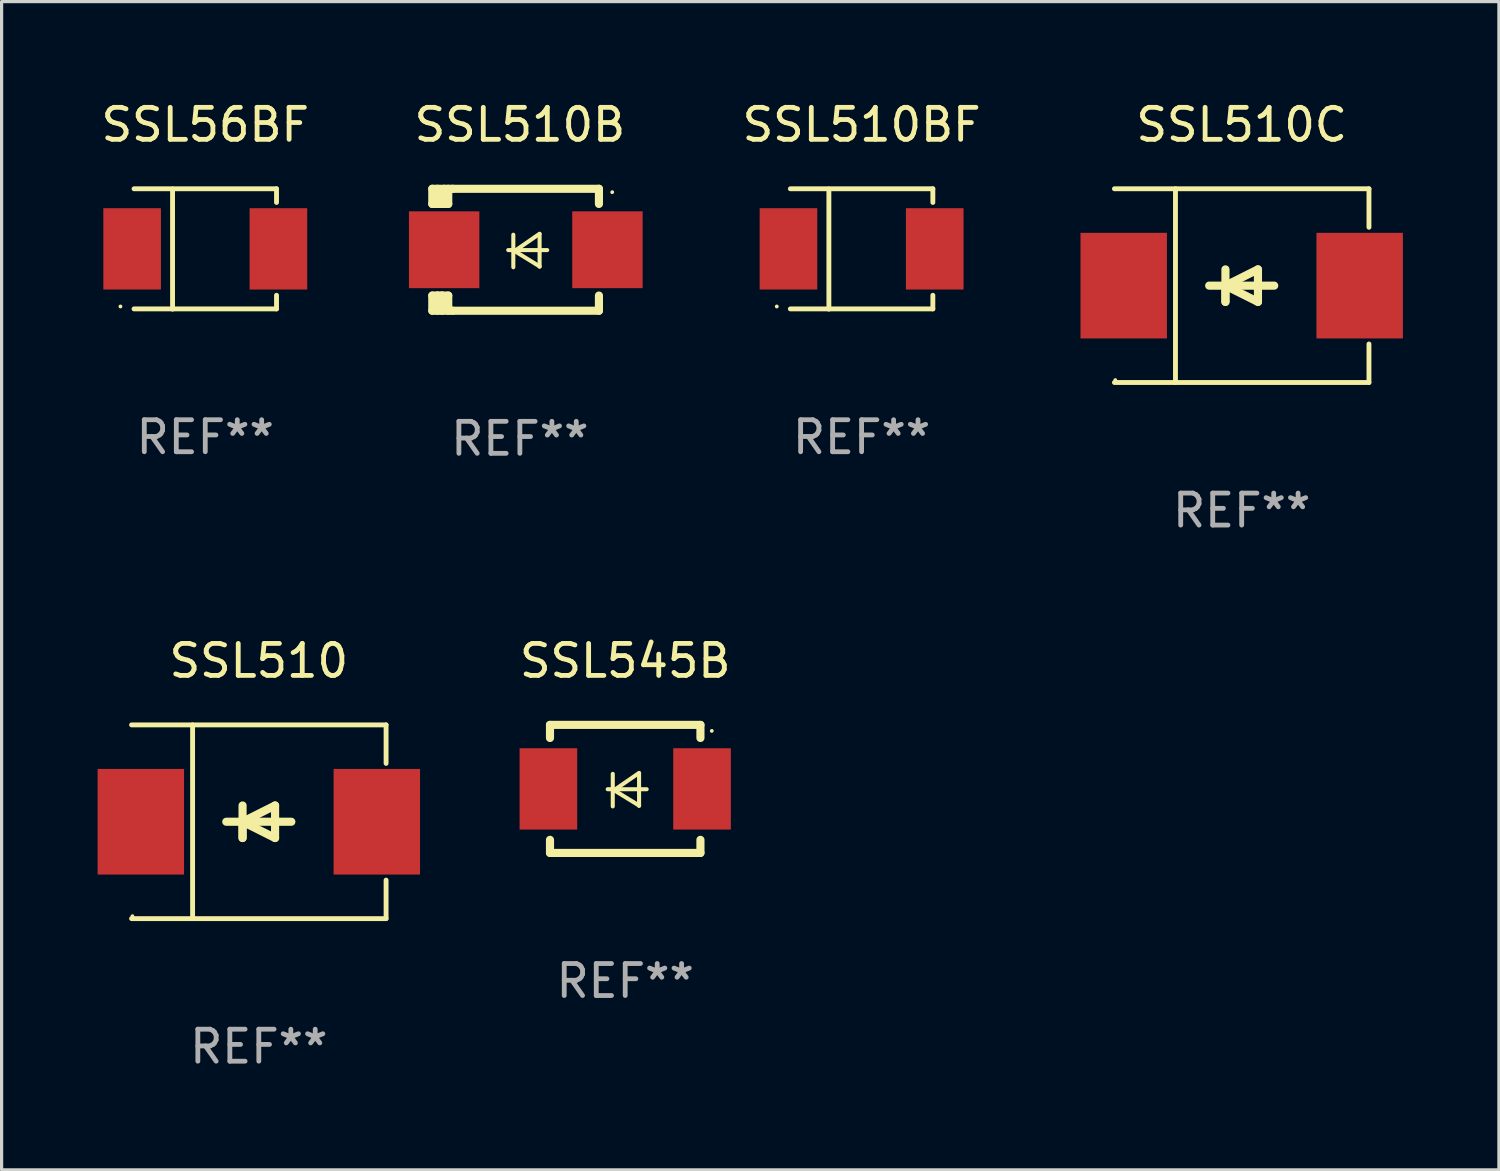
<source format=kicad_pcb>
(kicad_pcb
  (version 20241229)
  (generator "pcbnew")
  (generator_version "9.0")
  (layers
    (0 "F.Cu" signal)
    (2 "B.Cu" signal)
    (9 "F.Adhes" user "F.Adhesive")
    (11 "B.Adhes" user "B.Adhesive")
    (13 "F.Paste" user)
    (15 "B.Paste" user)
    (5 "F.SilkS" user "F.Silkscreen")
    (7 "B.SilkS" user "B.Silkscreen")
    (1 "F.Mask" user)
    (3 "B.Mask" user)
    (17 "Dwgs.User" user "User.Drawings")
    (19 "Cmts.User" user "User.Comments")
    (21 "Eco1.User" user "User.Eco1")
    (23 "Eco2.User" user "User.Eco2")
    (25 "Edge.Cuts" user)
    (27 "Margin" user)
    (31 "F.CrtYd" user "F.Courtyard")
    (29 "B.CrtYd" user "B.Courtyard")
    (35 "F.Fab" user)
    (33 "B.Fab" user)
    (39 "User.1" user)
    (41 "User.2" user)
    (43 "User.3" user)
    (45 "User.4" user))
  (footprint "SSL510BF"
    (layer "F.Cu")
    (at 23.868 4.728)
    (property "Reference" "SSL510BF" (at 0 -3.88 0) (layer "F.SilkS") (effects (font (size 1 1) (thickness 0.15))))
    (attr through_hole)
    (fp_line (start -2.226 -1.88) (end 2.226 -1.88) (stroke (width 0.152) (type solid)) (layer "F.SilkS"))
    (fp_line (start -2.226 1.873) (end 2.226 1.873) (stroke (width 0.152) (type solid)) (layer "F.SilkS"))
    (fp_line (start -1.022 -1.873) (end -1.022 1.88) (stroke (width 0.152) (type solid)) (layer "F.SilkS"))
    (fp_line (start 2.226 -1.88) (end 2.226 -1.453) (stroke (width 0.152) (type solid)) (layer "F.SilkS"))
    (fp_line (start 2.226 1.447) (end 2.226 1.873) (stroke (width 0.152) (type solid)) (layer "F.SilkS"))
    (fp_circle (center -2.65 1.797) (end -2.62 1.797) (stroke (width 0.06) (type solid)) (fill no) (layer "F.SilkS"))
    (fp_text user "REF**" (at 0 5.88 0) (layer "F.Fab") (effects (font (size 1 1) (thickness 0.15))))
    (pad "1" smd rect (at -2.285 -0.003) (size 1.8 2.54) (layers "F.Cu" "F.Mask" "F.Paste"))
    (pad "2" smd rect (at 2.285 -0.003) (size 1.8 2.54) (layers "F.Cu" "F.Mask" "F.Paste")))
  (footprint "SSL56BF"
    (layer "F.Cu")
    (at 3.363 4.728)
    (property "Reference" "SSL56BF" (at 0 -3.88 0) (layer "F.SilkS") (effects (font (size 1 1) (thickness 0.15))))
    (attr through_hole)
    (fp_line (start -2.226 -1.88) (end 2.226 -1.88) (stroke (width 0.152) (type solid)) (layer "F.SilkS"))
    (fp_line (start -2.226 1.873) (end 2.226 1.873) (stroke (width 0.152) (type solid)) (layer "F.SilkS"))
    (fp_line (start -1.022 -1.873) (end -1.022 1.88) (stroke (width 0.152) (type solid)) (layer "F.SilkS"))
    (fp_line (start 2.226 -1.88) (end 2.226 -1.453) (stroke (width 0.152) (type solid)) (layer "F.SilkS"))
    (fp_line (start 2.226 1.447) (end 2.226 1.873) (stroke (width 0.152) (type solid)) (layer "F.SilkS"))
    (fp_circle (center -2.65 1.797) (end -2.62 1.797) (stroke (width 0.06) (type solid)) (fill no) (layer "F.SilkS"))
    (fp_text user "REF**" (at 0 5.88 0) (layer "F.Fab") (effects (font (size 1 1) (thickness 0.15))))
    (pad "1" smd rect (at -2.285 -0.003) (size 1.8 2.54) (layers "F.Cu" "F.Mask" "F.Paste"))
    (pad "2" smd rect (at 2.285 -0.003) (size 1.8 2.54) (layers "F.Cu" "F.Mask" "F.Paste")))
  (footprint "SSL510B"
    (layer "F.Cu")
    (at 13.192 4.753)
    (property "Reference" "SSL510B" (at 0 -3.905 0) (layer "F.SilkS") (effects (font (size 1 1) (thickness 0.15))))
    (attr through_hole)
    (fp_line (start -2.736 -1.905) (end -2.736 -1.431) (stroke (width 0.254) (type solid)) (layer "F.SilkS"))
    (fp_line (start -2.736 -1.431) (end -2.432 -1.431) (stroke (width 0.254) (type solid)) (layer "F.SilkS"))
    (fp_line (start -2.736 1.431) (end -2.736 1.905) (stroke (width 0.254) (type solid)) (layer "F.SilkS"))
    (fp_line (start -2.736 1.431) (end -2.572 1.431) (stroke (width 0.254) (type solid)) (layer "F.SilkS"))
    (fp_line (start -2.736 1.905) (end -2.102 1.905) (stroke (width 0.254) (type solid)) (layer "F.SilkS"))
    (fp_line (start -2.572 -1.905) (end -2.572 -1.431) (stroke (width 0.254) (type solid)) (layer "F.SilkS"))
    (fp_line (start -2.572 1.431) (end -2.572 1.905) (stroke (width 0.254) (type solid)) (layer "F.SilkS"))
    (fp_line (start -2.432 -1.838) (end -2.365 -1.905) (stroke (width 0.254) (type solid)) (layer "F.SilkS"))
    (fp_line (start -2.432 -1.431) (end -2.432 -1.838) (stroke (width 0.254) (type solid)) (layer "F.SilkS"))
    (fp_line (start -2.432 1.431) (end -2.572 1.431) (stroke (width 0.254) (type solid)) (layer "F.SilkS"))
    (fp_line (start -2.432 1.905) (end -2.432 1.431) (stroke (width 0.254) (type solid)) (layer "F.SilkS"))
    (fp_line (start -2.238 -1.431) (end -2.572 -1.431) (stroke (width 0.254) (type solid)) (layer "F.SilkS"))
    (fp_line (start -2.238 -1.431) (end -2.238 -1.905) (stroke (width 0.254) (type solid)) (layer "F.SilkS"))
    (fp_line (start -2.238 1.431) (end -2.432 1.431) (stroke (width 0.254) (type solid)) (layer "F.SilkS"))
    (fp_line (start -2.238 1.905) (end -2.238 1.431) (stroke (width 0.254) (type solid)) (layer "F.SilkS"))
    (fp_line (start -2.102 -1.905) (end -2.736 -1.905) (stroke (width 0.254) (type solid)) (layer "F.SilkS"))
    (fp_line (start -2.102 -1.905) (end 2.47 -1.905) (stroke (width 0.254) (type solid)) (layer "F.SilkS"))
    (fp_line (start -0.364 0.01) (end 0.854 0.01) (stroke (width 0.127) (type solid)) (layer "F.SilkS"))
    (fp_line (start -0.205 -0.47) (end -0.205 0.546) (stroke (width 0.127) (type solid)) (layer "F.SilkS"))
    (fp_line (start -0.166 0.04) (end 0.616 0.52) (stroke (width 0.127) (type solid)) (layer "F.SilkS"))
    (fp_line (start 0.616 -0.5) (end -0.166 0.04) (stroke (width 0.127) (type solid)) (layer "F.SilkS"))
    (fp_line (start 0.616 0.53) (end 0.616 -0.486) (stroke (width 0.127) (type solid)) (layer "F.SilkS"))
    (fp_line (start 2.47 -1.905) (end 2.47 -1.431) (stroke (width 0.254) (type solid)) (layer "F.SilkS"))
    (fp_line (start 2.47 1.431) (end 2.47 1.905) (stroke (width 0.254) (type solid)) (layer "F.SilkS"))
    (fp_line (start 2.47 1.905) (end -2.102 1.905) (stroke (width 0.254) (type solid)) (layer "F.SilkS"))
    (fp_circle (center 2.884 -1.8) (end 2.914 -1.8) (stroke (width 0.06) (type solid)) (fill no) (layer "F.SilkS"))
    (fp_text user "REF**" (at 0 5.905 0) (layer "F.Fab") (effects (font (size 1 1) (thickness 0.15))))
    (pad "1" smd rect (at 2.736 0) (size 2.2 2.4) (layers "F.Cu" "F.Mask" "F.Paste"))
    (pad "2" smd rect (at -2.366 0) (size 2.2 2.4) (layers "F.Cu" "F.Mask" "F.Paste")))
  (footprint "SSL545B"
    (layer "F.Cu")
    (at 16.483 21.597)
    (property "Reference" "SSL545B" (at 0 -4 0) (layer "F.SilkS") (effects (font (size 1 1) (thickness 0.15))))
    (attr through_hole)
    (fp_line (start -2.35 -2) (end -2.35 -1.591) (stroke (width 0.254) (type solid)) (layer "F.SilkS"))
    (fp_line (start -2.35 -2) (end 2.35 -2) (stroke (width 0.254) (type solid)) (layer "F.SilkS"))
    (fp_line (start -2.35 1.591) (end -2.35 2) (stroke (width 0.254) (type solid)) (layer "F.SilkS"))
    (fp_line (start -2.35 2) (end 2.35 2) (stroke (width 0.254) (type solid)) (layer "F.SilkS"))
    (fp_line (start -0.548 0.01) (end 0.671 0.01) (stroke (width 0.127) (type solid)) (layer "F.SilkS"))
    (fp_line (start -0.389 -0.47) (end -0.389 0.546) (stroke (width 0.127) (type solid)) (layer "F.SilkS"))
    (fp_line (start -0.35 0.04) (end 0.433 0.52) (stroke (width 0.127) (type solid)) (layer "F.SilkS"))
    (fp_line (start 0.433 -0.5) (end -0.35 0.04) (stroke (width 0.127) (type solid)) (layer "F.SilkS"))
    (fp_line (start 0.433 0.53) (end 0.433 -0.486) (stroke (width 0.127) (type solid)) (layer "F.SilkS"))
    (fp_line (start 2.35 -2) (end 2.35 -1.591) (stroke (width 0.254) (type solid)) (layer "F.SilkS"))
    (fp_line (start 2.35 1.591) (end 2.35 2) (stroke (width 0.254) (type solid)) (layer "F.SilkS"))
    (fp_circle (center 2.704 -1.813) (end 2.734 -1.813) (stroke (width 0.06) (type solid)) (fill no) (layer "F.SilkS"))
    (fp_text user "REF**" (at 0 6 0) (layer "F.Fab") (effects (font (size 1 1) (thickness 0.15))))
    (pad "1" smd rect (at 2.4 0) (size 1.8 2.54) (layers "F.Cu" "F.Mask" "F.Paste"))
    (pad "2" smd rect (at -2.4 0) (size 1.8 2.54) (layers "F.Cu" "F.Mask" "F.Paste")))
  (footprint "SSL510C"
    (layer "F.Cu")
    (at 35.743 5.874)
    (property "Reference" "SSL510C" (at 0 -5.026 0) (layer "F.SilkS") (effects (font (size 1 1) (thickness 0.15))))
    (attr through_hole)
    (fp_line (start -3.976 -3.026) (end 3.976 -3.026) (stroke (width 0.152) (type solid)) (layer "F.SilkS"))
    (fp_line (start -3.976 3.026) (end 3.976 3.026) (stroke (width 0.152) (type solid)) (layer "F.SilkS"))
    (fp_line (start -2.069 -3.026) (end -2.069 3.026) (stroke (width 0.152) (type solid)) (layer "F.SilkS"))
    (fp_line (start -0.508 0) (end -0.508 0.508) (stroke (width 0.254) (type solid)) (layer "F.SilkS"))
    (fp_line (start -0.508 0) (end 0.508 0.508) (stroke (width 0.254) (type solid)) (layer "F.SilkS"))
    (fp_line (start -0.508 0.508) (end -0.508 -0.508) (stroke (width 0.254) (type solid)) (layer "F.SilkS"))
    (fp_line (start 0.508 -0.508) (end -0.508 0) (stroke (width 0.254) (type solid)) (layer "F.SilkS"))
    (fp_line (start 0.508 0.508) (end 0.508 -0.508) (stroke (width 0.254) (type solid)) (layer "F.SilkS"))
    (fp_line (start 1.016 0) (end -1.016 0) (stroke (width 0.254) (type solid)) (layer "F.SilkS"))
    (fp_line (start 3.976 -3.026) (end 3.976 -1.823) (stroke (width 0.152) (type solid)) (layer "F.SilkS"))
    (fp_line (start 3.976 3.026) (end 3.976 1.823) (stroke (width 0.152) (type solid)) (layer "F.SilkS"))
    (fp_circle (center -3.95 2.95) (end -3.92 2.95) (stroke (width 0.06) (type solid)) (fill no) (layer "F.SilkS"))
    (fp_text user "REF**" (at 0 7.026 0) (layer "F.Fab") (effects (font (size 1 1) (thickness 0.15))))
    (pad "1" smd rect (at -3.686 0) (size 2.7 3.3) (layers "F.Cu" "F.Mask" "F.Paste"))
    (pad "2" smd rect (at 3.686 0) (size 2.7 3.3) (layers "F.Cu" "F.Mask" "F.Paste")))
  (footprint "SSL510"
    (layer "F.Cu")
    (at 5.036 22.623)
    (property "Reference" "SSL510" (at 0 -5.026 0) (layer "F.SilkS") (effects (font (size 1 1) (thickness 0.15))))
    (attr through_hole)
    (fp_line (start -3.976 -3.026) (end 3.976 -3.026) (stroke (width 0.152) (type solid)) (layer "F.SilkS"))
    (fp_line (start -3.976 3.026) (end 3.976 3.026) (stroke (width 0.152) (type solid)) (layer "F.SilkS"))
    (fp_line (start -2.069 -3.026) (end -2.069 3.026) (stroke (width 0.152) (type solid)) (layer "F.SilkS"))
    (fp_line (start -0.508 0) (end -0.508 0.508) (stroke (width 0.254) (type solid)) (layer "F.SilkS"))
    (fp_line (start -0.508 0) (end 0.508 0.508) (stroke (width 0.254) (type solid)) (layer "F.SilkS"))
    (fp_line (start -0.508 0.508) (end -0.508 -0.508) (stroke (width 0.254) (type solid)) (layer "F.SilkS"))
    (fp_line (start 0.508 -0.508) (end -0.508 0) (stroke (width 0.254) (type solid)) (layer "F.SilkS"))
    (fp_line (start 0.508 0.508) (end 0.508 -0.508) (stroke (width 0.254) (type solid)) (layer "F.SilkS"))
    (fp_line (start 1.016 0) (end -1.016 0) (stroke (width 0.254) (type solid)) (layer "F.SilkS"))
    (fp_line (start 3.976 -3.026) (end 3.976 -1.823) (stroke (width 0.152) (type solid)) (layer "F.SilkS"))
    (fp_line (start 3.976 3.026) (end 3.976 1.823) (stroke (width 0.152) (type solid)) (layer "F.SilkS"))
    (fp_circle (center -3.95 2.95) (end -3.92 2.95) (stroke (width 0.06) (type solid)) (fill no) (layer "F.SilkS"))
    (fp_text user "REF**" (at 0 7.026 0) (layer "F.Fab") (effects (font (size 1 1) (thickness 0.15))))
    (pad "1" smd rect (at -3.686 0) (size 2.7 3.3) (layers "F.Cu" "F.Mask" "F.Paste"))
    (pad "2" smd rect (at 3.686 0) (size 2.7 3.3) (layers "F.Cu" "F.Mask" "F.Paste")))
  (gr_rect
    (start -3 -3)
    (end 43.779 33.498)
    (stroke (width 0.1) (type default))
    (fill no)
    (layer "Edge.Cuts")))
</source>
